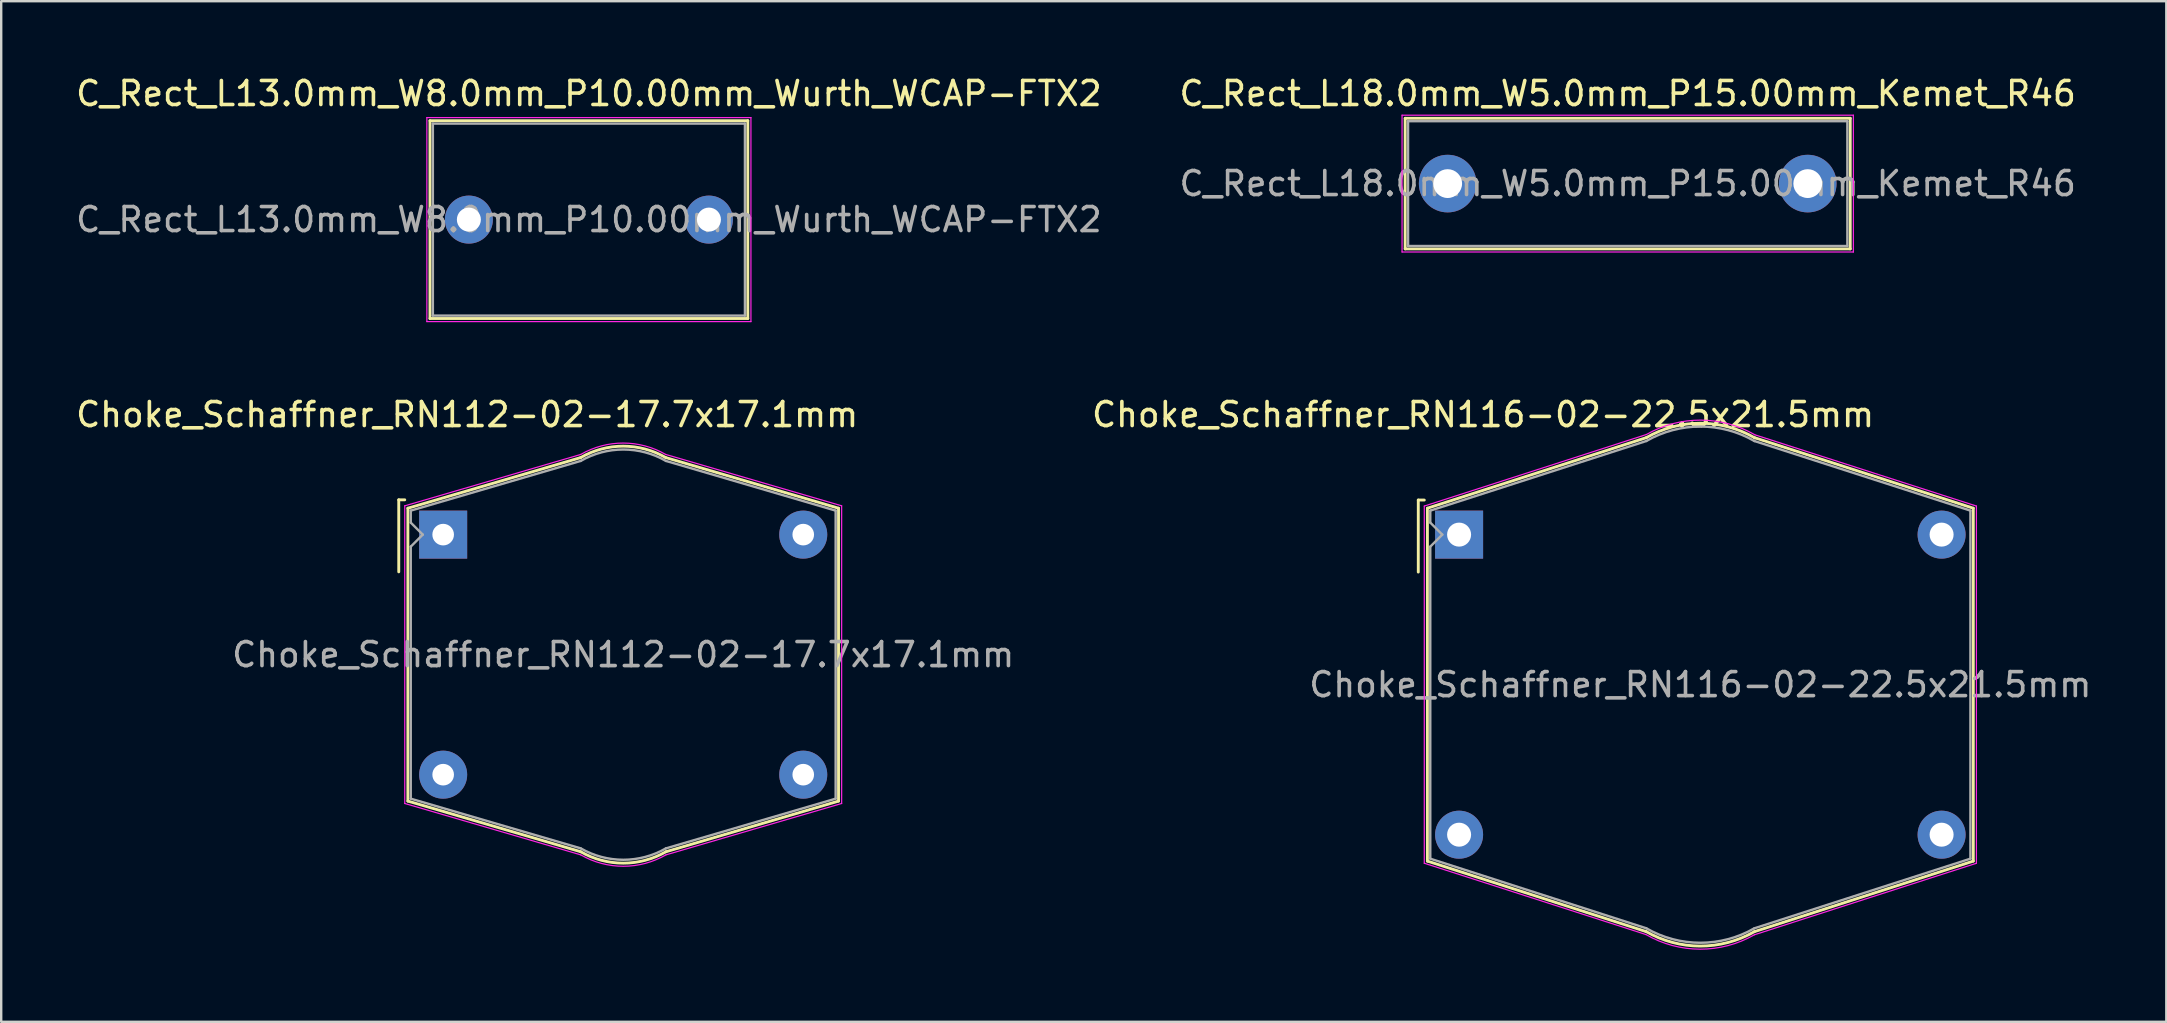
<source format=kicad_pcb>
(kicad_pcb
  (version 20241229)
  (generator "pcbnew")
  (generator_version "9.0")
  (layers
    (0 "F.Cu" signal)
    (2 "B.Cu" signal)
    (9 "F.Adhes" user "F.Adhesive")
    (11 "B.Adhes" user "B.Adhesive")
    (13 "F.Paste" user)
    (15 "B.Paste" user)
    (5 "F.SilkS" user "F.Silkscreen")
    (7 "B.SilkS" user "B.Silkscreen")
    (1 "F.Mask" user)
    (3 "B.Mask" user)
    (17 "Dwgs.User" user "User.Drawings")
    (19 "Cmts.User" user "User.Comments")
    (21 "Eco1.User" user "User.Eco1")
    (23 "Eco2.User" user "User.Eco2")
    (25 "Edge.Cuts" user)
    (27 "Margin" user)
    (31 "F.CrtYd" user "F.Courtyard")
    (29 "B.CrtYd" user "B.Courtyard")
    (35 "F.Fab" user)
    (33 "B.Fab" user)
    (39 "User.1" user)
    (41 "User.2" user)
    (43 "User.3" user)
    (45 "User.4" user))
  (footprint "C_Rect_L18.0mm_W5.0mm_P15.00mm_Kemet_R46"
    (layer "F.Cu")
    (at 57.256 4.598)
    (property "Reference" "C_Rect_L18.0mm_W5.0mm_P15.00mm_Kemet_R46" (at 7.5 -3.75 0) (layer "F.SilkS") (effects (font (size 1 1) (thickness 0.15))))
    (attr through_hole)
    (fp_line (start -1.77 -2.72) (end -1.77 2.72) (stroke (width 0.12) (type solid)) (layer "F.SilkS"))
    (fp_line (start -1.77 -2.72) (end 16.77 -2.72) (stroke (width 0.12) (type solid)) (layer "F.SilkS"))
    (fp_line (start -1.77 2.72) (end 16.77 2.72) (stroke (width 0.12) (type solid)) (layer "F.SilkS"))
    (fp_line (start 16.77 -2.72) (end 16.77 2.72) (stroke (width 0.12) (type solid)) (layer "F.SilkS"))
    (fp_line (start -1.9 -2.85) (end -1.9 2.85) (stroke (width 0.05) (type solid)) (layer "F.CrtYd"))
    (fp_line (start -1.9 2.85) (end 16.9 2.85) (stroke (width 0.05) (type solid)) (layer "F.CrtYd"))
    (fp_line (start 16.9 -2.85) (end -1.9 -2.85) (stroke (width 0.05) (type solid)) (layer "F.CrtYd"))
    (fp_line (start 16.9 2.85) (end 16.9 -2.85) (stroke (width 0.05) (type solid)) (layer "F.CrtYd"))
    (fp_line (start -1.65 -2.6) (end -1.65 2.6) (stroke (width 0.1) (type solid)) (layer "F.Fab"))
    (fp_line (start -1.65 2.6) (end 16.65 2.6) (stroke (width 0.1) (type solid)) (layer "F.Fab"))
    (fp_line (start 16.65 -2.6) (end -1.65 -2.6) (stroke (width 0.1) (type solid)) (layer "F.Fab"))
    (fp_line (start 16.65 2.6) (end 16.65 -2.6) (stroke (width 0.1) (type solid)) (layer "F.Fab"))
    (fp_text user "${REFERENCE}" (at 7.5 0 0) (layer "F.Fab") (effects (font (size 1 1) (thickness 0.15))))
    (pad "1" thru_hole circle (at 0 0) (size 2.4 2.4) (drill 1.2) (layers "*.Cu" "*.Mask"))
    (pad "2" thru_hole circle (at 15 0) (size 2.4 2.4) (drill 1.2) (layers "*.Cu" "*.Mask")))
  (footprint "Choke_Schaffner_RN116-02-22.5x21.5mm"
    (layer "F.Cu")
    (at 57.732 19.221)
    (property "Reference" "Choke_Schaffner_RN116-02-22.5x21.5mm" (at 1 -5 0) (layer "F.SilkS") (effects (font (size 1 1) (thickness 0.15))))
    (attr through_hole)
    (fp_line (start -1.7 -1.44) (end -1.7 1.56) (stroke (width 0.12) (type solid)) (layer "F.SilkS"))
    (fp_line (start -1.7 -1.44) (end -1.45 -1.44) (stroke (width 0.12) (type solid)) (layer "F.SilkS"))
    (fp_line (start -1.32 -1.1) (end 7.8 -4.04) (stroke (width 0.12) (type solid)) (layer "F.SilkS"))
    (fp_line (start -1.32 13.6) (end -1.32 -1.1) (stroke (width 0.12) (type solid)) (layer "F.SilkS"))
    (fp_line (start 7.8 16.54) (end -1.32 13.6) (stroke (width 0.12) (type solid)) (layer "F.SilkS"))
    (fp_line (start 12.3 -4.04) (end 21.42 -1.1) (stroke (width 0.12) (type solid)) (layer "F.SilkS"))
    (fp_line (start 21.42 -1.1) (end 21.42 13.6) (stroke (width 0.12) (type solid)) (layer "F.SilkS"))
    (fp_line (start 21.42 13.6) (end 12.3 16.54) (stroke (width 0.12) (type solid)) (layer "F.SilkS"))
    (fp_arc (start 7.8 -4.04) (mid 10.061443 -4.63982) (end 12.31982 -4.028557) (stroke (width 0.12) (type solid)) (layer "F.SilkS"))
    (fp_arc (start 12.3 16.54) (mid 10.038557 17.13982) (end 7.78018 16.528557) (stroke (width 0.12) (type solid)) (layer "F.SilkS"))
    (fp_line (start -1.45 -1.19) (end 7.8 -4.17) (stroke (width 0.05) (type solid)) (layer "F.CrtYd"))
    (fp_line (start -1.45 13.69) (end -1.45 -1.19) (stroke (width 0.05) (type solid)) (layer "F.CrtYd"))
    (fp_line (start 7.78 16.659) (end -1.45 13.69) (stroke (width 0.05) (type solid)) (layer "F.CrtYd"))
    (fp_line (start 12.32 -4.159) (end 21.55 -1.19) (stroke (width 0.05) (type solid)) (layer "F.CrtYd"))
    (fp_line (start 21.55 -1.19) (end 21.55 13.69) (stroke (width 0.05) (type solid)) (layer "F.CrtYd"))
    (fp_line (start 21.55 13.69) (end 12.3 16.67) (stroke (width 0.05) (type solid)) (layer "F.CrtYd"))
    (fp_arc (start 7.8 -4.17) (mid 10.061443 -4.76982) (end 12.31982 -4.158557) (stroke (width 0.05) (type solid)) (layer "F.CrtYd"))
    (fp_arc (start 12.3 16.67) (mid 10.038557 17.26982) (end 7.78018 16.658557) (stroke (width 0.05) (type solid)) (layer "F.CrtYd"))
    (fp_line (start -1.2 -1) (end 7.8 -3.9) (stroke (width 0.1) (type solid)) (layer "F.Fab"))
    (fp_line (start -1.2 -0.5) (end -1.2 -1) (stroke (width 0.1) (type solid)) (layer "F.Fab"))
    (fp_line (start -1.2 0.5) (end -0.7 0) (stroke (width 0.1) (type solid)) (layer "F.Fab"))
    (fp_line (start -1.2 13.5) (end -1.2 0.5) (stroke (width 0.1) (type solid)) (layer "F.Fab"))
    (fp_line (start -0.7 0) (end -1.2 -0.5) (stroke (width 0.1) (type solid)) (layer "F.Fab"))
    (fp_line (start 7.8 16.4) (end -1.2 13.5) (stroke (width 0.1) (type solid)) (layer "F.Fab"))
    (fp_line (start 12.3 -3.9) (end 21.3 -1) (stroke (width 0.1) (type solid)) (layer "F.Fab"))
    (fp_line (start 21.3 -1) (end 21.3 13.5) (stroke (width 0.1) (type solid)) (layer "F.Fab"))
    (fp_line (start 21.3 13.5) (end 12.3 16.4) (stroke (width 0.1) (type solid)) (layer "F.Fab"))
    (fp_arc (start 7.8 -3.9) (mid 10.051443 -4.502499) (end 12.302499 -3.898557) (stroke (width 0.1) (type solid)) (layer "F.Fab"))
    (fp_arc (start 12.3 16.4) (mid 10.048557 17.002499) (end 7.797501 16.398557) (stroke (width 0.1) (type solid)) (layer "F.Fab"))
    (fp_text user "${REFERENCE}" (at 10.05 6.25 0) (layer "F.Fab") (effects (font (size 1 1) (thickness 0.15))))
    (pad "1" thru_hole rect (at 0 0) (size 2 2) (drill 1) (layers "*.Cu" "*.Mask"))
    (pad "2" thru_hole circle (at 20.1 0) (size 2 2) (drill 1) (layers "*.Cu" "*.Mask"))
    (pad "3" thru_hole circle (at 0 12.5) (size 2 2) (drill 1) (layers "*.Cu" "*.Mask"))
    (pad "4" thru_hole circle (at 20.1 12.5) (size 2 2) (drill 1) (layers "*.Cu" "*.Mask")))
  (footprint "Choke_Schaffner_RN112-02-17.7x17.1mm"
    (layer "F.Cu")
    (at 15.411 19.221)
    (property "Reference" "Choke_Schaffner_RN112-02-17.7x17.1mm" (at 1 -5 0) (layer "F.SilkS") (effects (font (size 1 1) (thickness 0.15))))
    (attr through_hole)
    (fp_line (start -1.85 -1.45) (end -1.85 1.55) (stroke (width 0.12) (type solid)) (layer "F.SilkS"))
    (fp_line (start -1.85 -1.45) (end -1.6 -1.45) (stroke (width 0.12) (type solid)) (layer "F.SilkS"))
    (fp_line (start -1.47 -1.1) (end 5.73 -3.21) (stroke (width 0.12) (type solid)) (layer "F.SilkS"))
    (fp_line (start -1.47 11.1) (end -1.47 -1.1) (stroke (width 0.12) (type solid)) (layer "F.SilkS"))
    (fp_line (start 5.73 13.21) (end -1.47 11.1) (stroke (width 0.12) (type solid)) (layer "F.SilkS"))
    (fp_line (start 9.27 -3.21) (end 16.47 -1.1) (stroke (width 0.12) (type solid)) (layer "F.SilkS"))
    (fp_line (start 16.47 -1.1) (end 16.47 11.1) (stroke (width 0.12) (type solid)) (layer "F.SilkS"))
    (fp_line (start 16.47 11.1) (end 9.28 13.21) (stroke (width 0.12) (type solid)) (layer "F.SilkS"))
    (fp_arc (start 5.73 -3.21) (mid 7.5 -3.68427) (end 9.27 -3.21) (stroke (width 0.12) (type solid)) (layer "F.SilkS"))
    (fp_arc (start 9.28 13.21) (mid 7.505 13.68561) (end 5.73 13.21) (stroke (width 0.12) (type solid)) (layer "F.SilkS"))
    (fp_line (start -1.6 -1.2) (end 5.73 -3.34) (stroke (width 0.05) (type solid)) (layer "F.CrtYd"))
    (fp_line (start -1.6 11.2) (end -1.6 -1.2) (stroke (width 0.05) (type solid)) (layer "F.CrtYd"))
    (fp_line (start 5.73 13.34) (end -1.6 11.2) (stroke (width 0.05) (type solid)) (layer "F.CrtYd"))
    (fp_line (start 9.27 -3.34) (end 16.6 -1.2) (stroke (width 0.05) (type solid)) (layer "F.CrtYd"))
    (fp_line (start 16.6 -1.2) (end 16.6 11.2) (stroke (width 0.05) (type solid)) (layer "F.CrtYd"))
    (fp_line (start 16.6 11.2) (end 9.28 13.34) (stroke (width 0.05) (type solid)) (layer "F.CrtYd"))
    (fp_arc (start 5.73 -3.34) (mid 7.5 -3.81427) (end 9.27 -3.34) (stroke (width 0.05) (type solid)) (layer "F.CrtYd"))
    (fp_arc (start 9.28 13.34) (mid 7.505 13.81561) (end 5.73 13.34) (stroke (width 0.05) (type solid)) (layer "F.CrtYd"))
    (fp_line (start -1.35 -1) (end 5.73 -3.07) (stroke (width 0.1) (type solid)) (layer "F.Fab"))
    (fp_line (start -1.35 -0.5) (end -1.35 -1) (stroke (width 0.1) (type solid)) (layer "F.Fab"))
    (fp_line (start -1.35 0.5) (end -0.85 0) (stroke (width 0.1) (type solid)) (layer "F.Fab"))
    (fp_line (start -1.35 11) (end -1.35 0.5) (stroke (width 0.1) (type solid)) (layer "F.Fab"))
    (fp_line (start -0.85 0) (end -1.35 -0.5) (stroke (width 0.1) (type solid)) (layer "F.Fab"))
    (fp_line (start 5.73 13.07) (end -1.35 11) (stroke (width 0.1) (type solid)) (layer "F.Fab"))
    (fp_line (start 9.28 -3.07) (end 16.35 -1) (stroke (width 0.1) (type solid)) (layer "F.Fab"))
    (fp_line (start 16.35 -1) (end 16.35 11) (stroke (width 0.1) (type solid)) (layer "F.Fab"))
    (fp_line (start 16.35 11) (end 9.28 13.07) (stroke (width 0.1) (type solid)) (layer "F.Fab"))
    (fp_arc (start 5.73 -3.07) (mid 7.505 -3.54561) (end 9.28 -3.07) (stroke (width 0.1) (type solid)) (layer "F.Fab"))
    (fp_arc (start 9.28 13.07) (mid 7.505 13.54561) (end 5.73 13.07) (stroke (width 0.1) (type solid)) (layer "F.Fab"))
    (fp_text user "${REFERENCE}" (at 7.5 5 0) (layer "F.Fab") (effects (font (size 1 1) (thickness 0.15))))
    (pad "1" thru_hole rect (at 0 0) (size 2 2) (drill 0.9) (layers "*.Cu" "*.Mask"))
    (pad "2" thru_hole circle (at 15 0) (size 2 2) (drill 0.9) (layers "*.Cu" "*.Mask"))
    (pad "3" thru_hole circle (at 0 10) (size 2 2) (drill 0.9) (layers "*.Cu" "*.Mask"))
    (pad "4" thru_hole circle (at 15 10) (size 2 2) (drill 0.9) (layers "*.Cu" "*.Mask")))
  (footprint "C_Rect_L13.0mm_W8.0mm_P10.00mm_Wurth_WCAP-FTX2"
    (layer "F.Cu")
    (at 16.482 6.098)
    (property "Reference" "C_Rect_L13.0mm_W8.0mm_P10.00mm_Wurth_WCAP-FTX2" (at 5 -5.25 0) (layer "F.SilkS") (effects (font (size 1 1) (thickness 0.15))))
    (attr through_hole)
    (fp_line (start -1.62 -4.12) (end -1.62 4.12) (stroke (width 0.12) (type solid)) (layer "F.SilkS"))
    (fp_line (start -1.62 -4.12) (end 11.62 -4.12) (stroke (width 0.12) (type solid)) (layer "F.SilkS"))
    (fp_line (start -1.62 4.12) (end 11.62 4.12) (stroke (width 0.12) (type solid)) (layer "F.SilkS"))
    (fp_line (start 11.62 -4.12) (end 11.62 4.12) (stroke (width 0.12) (type solid)) (layer "F.SilkS"))
    (fp_line (start -1.75 -4.25) (end -1.75 4.25) (stroke (width 0.05) (type solid)) (layer "F.CrtYd"))
    (fp_line (start -1.75 4.25) (end 11.75 4.25) (stroke (width 0.05) (type solid)) (layer "F.CrtYd"))
    (fp_line (start 11.75 -4.25) (end -1.75 -4.25) (stroke (width 0.05) (type solid)) (layer "F.CrtYd"))
    (fp_line (start 11.75 4.25) (end 11.75 -4.25) (stroke (width 0.05) (type solid)) (layer "F.CrtYd"))
    (fp_line (start -1.5 -4) (end -1.5 4) (stroke (width 0.1) (type solid)) (layer "F.Fab"))
    (fp_line (start -1.5 4) (end 11.5 4) (stroke (width 0.1) (type solid)) (layer "F.Fab"))
    (fp_line (start 11.5 -4) (end -1.5 -4) (stroke (width 0.1) (type solid)) (layer "F.Fab"))
    (fp_line (start 11.5 4) (end 11.5 -4) (stroke (width 0.1) (type solid)) (layer "F.Fab"))
    (fp_text user "${REFERENCE}" (at 5 0 0) (layer "F.Fab") (effects (font (size 1 1) (thickness 0.15))))
    (pad "1" thru_hole circle (at 0 0) (size 2 2) (drill 1) (layers "*.Cu" "*.Mask"))
    (pad "2" thru_hole circle (at 10 0) (size 2 2) (drill 1) (layers "*.Cu" "*.Mask")))
  (gr_rect
    (start -3 -3)
    (end 87.193 39.516)
    (stroke (width 0.1) (type default))
    (fill no)
    (layer "Edge.Cuts")))
</source>
